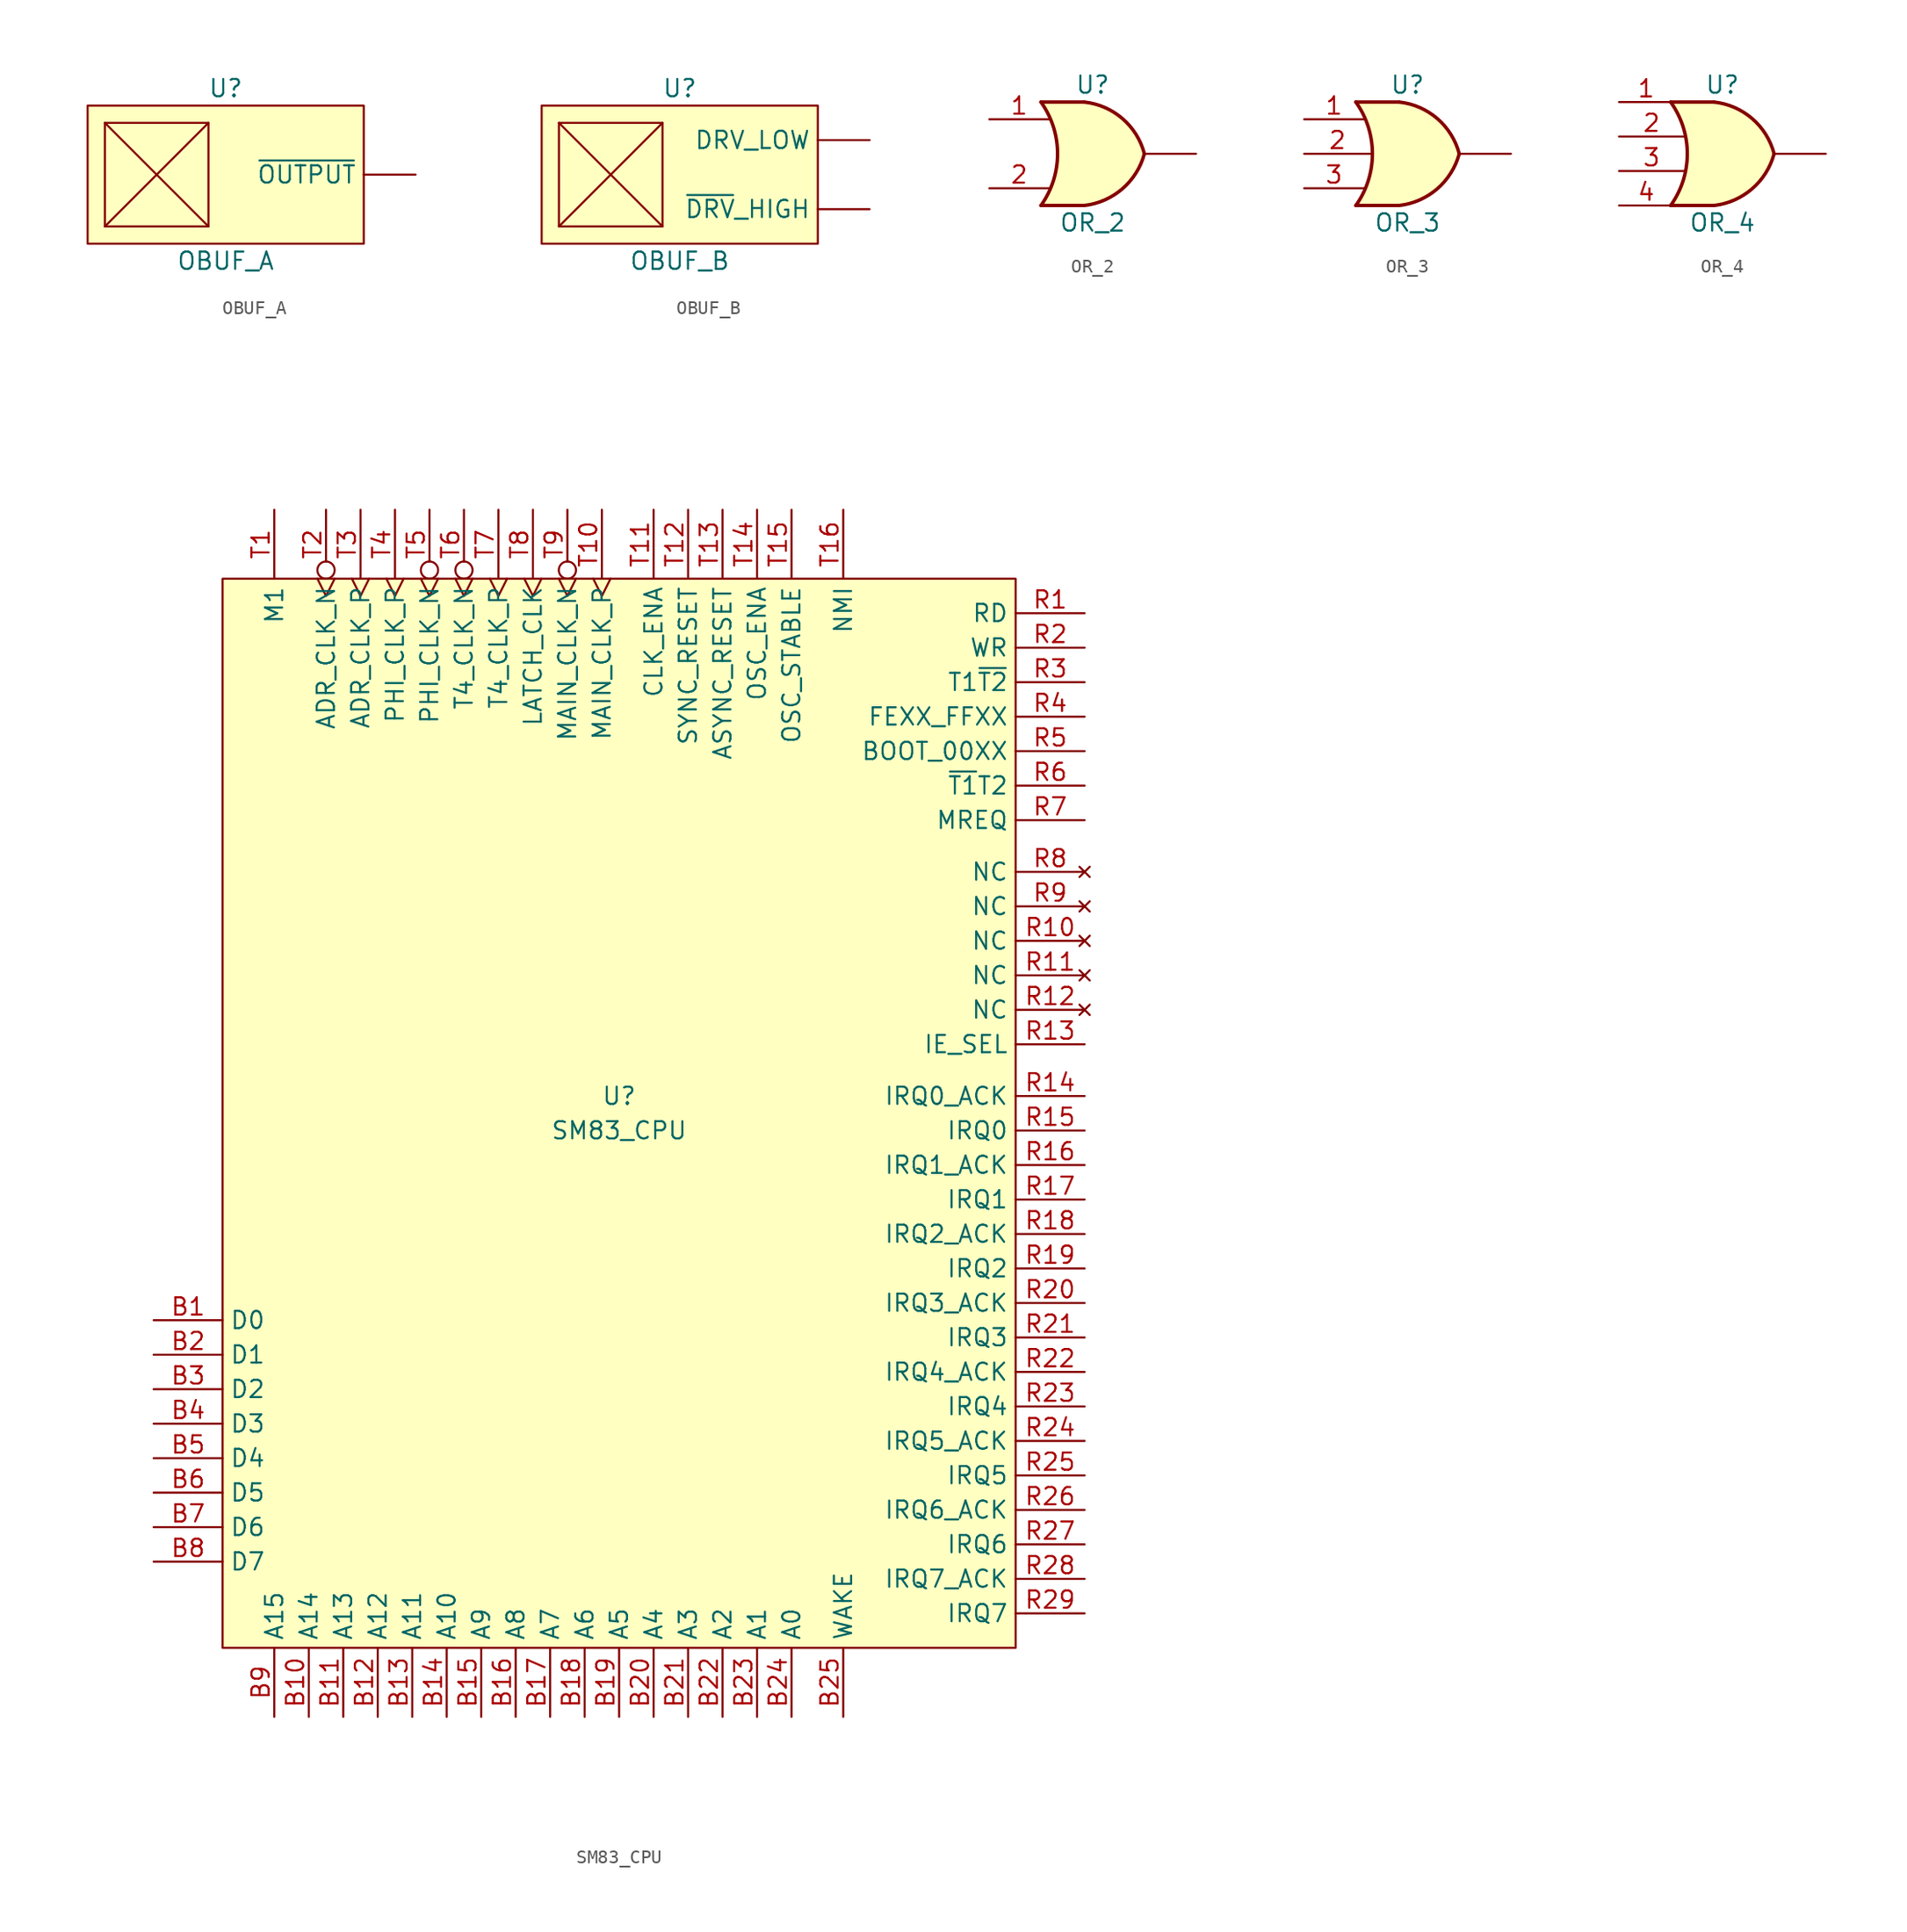
<source format=kicad_sym>
(kicad_symbol_lib
  (version 20211014)
  (generator kicad_symbol_editor)
  (symbol "OBUF_A"
    (pin_numbers hide)
    (property "Reference" "U"
      (at 0 6.35 0)
      (effects (font (size 1.27 1.27))))
    (property "Value" "OBUF_A"
      (at 0 -6.35 0)
      (effects (font (size 1.27 1.27))))
    (symbol "OBUF_A_0_1"
      (rectangle (start -10.16 5.08) (end 10.16 -5.08) (stroke (width 0) (type default) (color 0 0 0 0)) (fill (type background)))
      (rectangle (start -8.89 3.81) (end -1.27 -3.81) (stroke (width 0) (type default) (color 0 0 0 0)) (fill (type none)))
      (polyline (pts (xy -8.89 -3.81) (xy -1.27 3.81)) (stroke (width 0) (type default) (color 0 0 0 0)) (fill (type none)))
      (polyline (pts (xy -1.27 -3.81) (xy -8.89 3.81)) (stroke (width 0) (type default) (color 0 0 0 0)) (fill (type none))))
    (symbol "OBUF_A_1_1"
      (pin input line (at 13.97 0 180) (length 3.81) (name "~{OUTPUT}" (effects (font (size 1.27 1.27)))) (number "1" (effects (font (size 1.27 1.27)))))))
  (symbol "OBUF_B"
    (pin_numbers hide)
    (property "Reference" "U"
      (at 0 6.35 0)
      (effects (font (size 1.27 1.27))))
    (property "Value" "OBUF_B"
      (at 0 -6.35 0)
      (effects (font (size 1.27 1.27))))
    (symbol "OBUF_B_0_1"
      (rectangle (start -10.16 5.08) (end 10.16 -5.08) (stroke (width 0) (type default) (color 0 0 0 0)) (fill (type background)))
      (rectangle (start -8.89 3.81) (end -1.27 -3.81) (stroke (width 0) (type default) (color 0 0 0 0)) (fill (type none)))
      (polyline (pts (xy -8.89 -3.81) (xy -1.27 3.81)) (stroke (width 0) (type default) (color 0 0 0 0)) (fill (type none)))
      (polyline (pts (xy -1.27 -3.81) (xy -8.89 3.81)) (stroke (width 0) (type default) (color 0 0 0 0)) (fill (type none))))
    (symbol "OBUF_B_1_1"
      (pin input line (at 13.97 2.54 180) (length 3.81) (name "DRV_LOW" (effects (font (size 1.27 1.27)))) (number "1" (effects (font (size 1.27 1.27)))))
      (pin input line (at 13.97 -2.54 180) (length 3.81) (name "~{DRV}_HIGH" (effects (font (size 1.27 1.27)))) (number "2" (effects (font (size 1.27 1.27)))))))
  (symbol "OR_2"
    (pin_names hide)
    (property "Reference" "U"
      (at 0 5.08 0)
      (effects (font (size 1.27 1.27))))
    (property "Value" "OR_2"
      (at 0 -5.08 0)
      (effects (font (size 1.27 1.27))))
    (symbol "OR_2_1_1"
      (arc (start -3.8102 -3.81) (mid -2.5892 0) (end -3.8102 3.81) (stroke (width 0.254) (type default) (color 0 0 0 0)) (fill (type none)))
      (arc (start -0.6098 -3.81) (mid 2.1853 -2.584) (end 3.8098 0) (stroke (width 0.254) (type default) (color 0 0 0 0)) (fill (type background)))
      (polyline (pts (xy -3.81 -3.81) (xy -0.635 -3.81)) (stroke (width 0.254) (type default) (color 0 0 0 0)) (fill (type background)))
      (polyline (pts (xy -3.81 3.81) (xy -0.635 3.81)) (stroke (width 0.254) (type default) (color 0 0 0 0)) (fill (type background)))
      (polyline (pts (xy -0.635 3.81) (xy -3.81 3.81) (xy -3.81 3.81) (xy -3.556 3.404) (xy -3.023 2.261) (xy -2.693 1.041) (xy -2.616 -0.254) (xy -2.769 -1.499) (xy -3.175 -2.718) (xy -3.81 -3.81) (xy -3.81 -3.81) (xy -0.635 -3.81)) (stroke (width -25.4) (type default) (color 0 0 0 0)) (fill (type background)))
      (arc (start 3.8098 0) (mid 2.1926 2.5925) (end -0.6098 3.81) (stroke (width 0.254) (type default) (color 0 0 0 0)) (fill (type background)))
      (pin input line (at -7.62 2.54 0) (length 4.4) (name "~" (effects (font (size 1.27 1.27)))) (number "1" (effects (font (size 1.27 1.27)))))
      (pin input line (at -7.62 -2.54 0) (length 4.4) (name "~" (effects (font (size 1.27 1.27)))) (number "2" (effects (font (size 1.27 1.27)))))
      (pin output line (at 7.62 0 180) (length 3.81) (name "~" (effects (font (size 1.27 1.27)))) (number "3" (effects (font (size 0 0)))))))
  (symbol "OR_3"
    (pin_names hide)
    (property "Reference" "U"
      (at 0 5.08 0)
      (effects (font (size 1.27 1.27))))
    (property "Value" "OR_3"
      (at 0 -5.08 0)
      (effects (font (size 1.27 1.27))))
    (symbol "OR_3_1_1"
      (arc (start -3.8102 -3.81) (mid -2.5892 0) (end -3.8102 3.81) (stroke (width 0.254) (type default) (color 0 0 0 0)) (fill (type none)))
      (arc (start -0.6098 -3.81) (mid 2.1853 -2.584) (end 3.8098 0) (stroke (width 0.254) (type default) (color 0 0 0 0)) (fill (type background)))
      (polyline (pts (xy -3.81 -3.81) (xy -0.635 -3.81)) (stroke (width 0.254) (type default) (color 0 0 0 0)) (fill (type background)))
      (polyline (pts (xy -3.81 3.81) (xy -0.635 3.81)) (stroke (width 0.254) (type default) (color 0 0 0 0)) (fill (type background)))
      (polyline (pts (xy -0.635 3.81) (xy -3.81 3.81) (xy -3.81 3.81) (xy -3.556 3.404) (xy -3.023 2.261) (xy -2.693 1.041) (xy -2.616 -0.254) (xy -2.769 -1.499) (xy -3.175 -2.718) (xy -3.81 -3.81) (xy -3.81 -3.81) (xy -0.635 -3.81)) (stroke (width -25.4) (type default) (color 0 0 0 0)) (fill (type background)))
      (arc (start 3.8098 0) (mid 2.1926 2.5925) (end -0.6098 3.81) (stroke (width 0.254) (type default) (color 0 0 0 0)) (fill (type background)))
      (pin input line (at -7.62 2.54 0) (length 4.4) (name "~" (effects (font (size 1.27 1.27)))) (number "1" (effects (font (size 1.27 1.27)))))
      (pin input line (at -7.62 0 0) (length 4.9) (name "~" (effects (font (size 1.27 1.27)))) (number "2" (effects (font (size 1.27 1.27)))))
      (pin input line (at -7.62 -2.54 0) (length 4.4) (name "~" (effects (font (size 1.27 1.27)))) (number "3" (effects (font (size 1.27 1.27)))))
      (pin output line (at 7.62 0 180) (length 3.81) (name "~" (effects (font (size 1.27 1.27)))) (number "4" (effects (font (size 0 0)))))))
  (symbol "OR_4"
    (pin_names hide)
    (property "Reference" "U"
      (at 0 5.08 0)
      (effects (font (size 1.27 1.27))))
    (property "Value" "OR_4"
      (at 0 -5.08 0)
      (effects (font (size 1.27 1.27))))
    (symbol "OR_4_1_1"
      (arc (start -3.8102 -3.81) (mid -2.5892 0) (end -3.8102 3.81) (stroke (width 0.254) (type default) (color 0 0 0 0)) (fill (type none)))
      (arc (start -0.6098 -3.81) (mid 2.1853 -2.584) (end 3.8098 0) (stroke (width 0.254) (type default) (color 0 0 0 0)) (fill (type background)))
      (polyline (pts (xy -3.81 -3.81) (xy -0.635 -3.81)) (stroke (width 0.254) (type default) (color 0 0 0 0)) (fill (type background)))
      (polyline (pts (xy -3.81 3.81) (xy -0.635 3.81)) (stroke (width 0.254) (type default) (color 0 0 0 0)) (fill (type background)))
      (polyline (pts (xy -0.635 3.81) (xy -3.81 3.81) (xy -3.81 3.81) (xy -3.556 3.404) (xy -3.023 2.261) (xy -2.693 1.041) (xy -2.616 -0.254) (xy -2.769 -1.499) (xy -3.175 -2.718) (xy -3.81 -3.81) (xy -3.81 -3.81) (xy -0.635 -3.81)) (stroke (width -25.4) (type default) (color 0 0 0 0)) (fill (type background)))
      (arc (start 3.8098 0) (mid 2.1926 2.5925) (end -0.6098 3.81) (stroke (width 0.254) (type default) (color 0 0 0 0)) (fill (type background)))
      (pin input line (at -7.62 3.81 0) (length 4) (name "~" (effects (font (size 1.27 1.27)))) (number "1" (effects (font (size 1.27 1.27)))))
      (pin input line (at -7.62 1.27 0) (length 4.8) (name "~" (effects (font (size 1.27 1.27)))) (number "2" (effects (font (size 1.27 1.27)))))
      (pin input line (at -7.62 -1.27 0) (length 4.8) (name "~" (effects (font (size 1.27 1.27)))) (number "3" (effects (font (size 1.27 1.27)))))
      (pin input line (at -7.62 -3.81 0) (length 4) (name "~" (effects (font (size 1.27 1.27)))) (number "4" (effects (font (size 1.27 1.27)))))
      (pin output line (at 7.62 0 180) (length 3.81) (name "~" (effects (font (size 1.27 1.27)))) (number "5" (effects (font (size 0 0)))))))
  (symbol "SM83_CPU"
    (property "Reference" "U"
      (at 0 1.27 0)
      (effects (font (size 1.27 1.27))))
    (property "Value" "SM83_CPU"
      (at 0 -1.27 0)
      (effects (font (size 1.27 1.27))))
    (symbol "SM83_CPU_0_0"
      (rectangle (start -29.21 39.37) (end 29.21 -39.37) (stroke (width 0) (type default) (color 0 0 0 0)) (fill (type background))))
    (symbol "SM83_CPU_1_1"
      (pin bidirectional line (at -34.29 -15.24 0) (length 5.08) (name "D0" (effects (font (size 1.27 1.27)))) (number "B1" (effects (font (size 1.27 1.27)))))
      (pin tri_state line (at -22.86 -44.45 90) (length 5.08) (name "A14" (effects (font (size 1.27 1.27)))) (number "B10" (effects (font (size 1.27 1.27)))))
      (pin tri_state line (at -20.32 -44.45 90) (length 5.08) (name "A13" (effects (font (size 1.27 1.27)))) (number "B11" (effects (font (size 1.27 1.27)))))
      (pin tri_state line (at -17.78 -44.45 90) (length 5.08) (name "A12" (effects (font (size 1.27 1.27)))) (number "B12" (effects (font (size 1.27 1.27)))))
      (pin tri_state line (at -15.24 -44.45 90) (length 5.08) (name "A11" (effects (font (size 1.27 1.27)))) (number "B13" (effects (font (size 1.27 1.27)))))
      (pin tri_state line (at -12.7 -44.45 90) (length 5.08) (name "A10" (effects (font (size 1.27 1.27)))) (number "B14" (effects (font (size 1.27 1.27)))))
      (pin tri_state line (at -10.16 -44.45 90) (length 5.08) (name "A9" (effects (font (size 1.27 1.27)))) (number "B15" (effects (font (size 1.27 1.27)))))
      (pin tri_state line (at -7.62 -44.45 90) (length 5.08) (name "A8" (effects (font (size 1.27 1.27)))) (number "B16" (effects (font (size 1.27 1.27)))))
      (pin tri_state line (at -5.08 -44.45 90) (length 5.08) (name "A7" (effects (font (size 1.27 1.27)))) (number "B17" (effects (font (size 1.27 1.27)))))
      (pin tri_state line (at -2.54 -44.45 90) (length 5.08) (name "A6" (effects (font (size 1.27 1.27)))) (number "B18" (effects (font (size 1.27 1.27)))))
      (pin tri_state line (at 0 -44.45 90) (length 5.08) (name "A5" (effects (font (size 1.27 1.27)))) (number "B19" (effects (font (size 1.27 1.27)))))
      (pin bidirectional line (at -34.29 -17.78 0) (length 5.08) (name "D1" (effects (font (size 1.27 1.27)))) (number "B2" (effects (font (size 1.27 1.27)))))
      (pin tri_state line (at 2.54 -44.45 90) (length 5.08) (name "A4" (effects (font (size 1.27 1.27)))) (number "B20" (effects (font (size 1.27 1.27)))))
      (pin tri_state line (at 5.08 -44.45 90) (length 5.08) (name "A3" (effects (font (size 1.27 1.27)))) (number "B21" (effects (font (size 1.27 1.27)))))
      (pin tri_state line (at 7.62 -44.45 90) (length 5.08) (name "A2" (effects (font (size 1.27 1.27)))) (number "B22" (effects (font (size 1.27 1.27)))))
      (pin tri_state line (at 10.16 -44.45 90) (length 5.08) (name "A1" (effects (font (size 1.27 1.27)))) (number "B23" (effects (font (size 1.27 1.27)))))
      (pin tri_state line (at 12.7 -44.45 90) (length 5.08) (name "A0" (effects (font (size 1.27 1.27)))) (number "B24" (effects (font (size 1.27 1.27)))))
      (pin input line (at 16.51 -44.45 90) (length 5.08) (name "WAKE" (effects (font (size 1.27 1.27)))) (number "B25" (effects (font (size 1.27 1.27)))))
      (pin bidirectional line (at -34.29 -20.32 0) (length 5.08) (name "D2" (effects (font (size 1.27 1.27)))) (number "B3" (effects (font (size 1.27 1.27)))))
      (pin bidirectional line (at -34.29 -22.86 0) (length 5.08) (name "D3" (effects (font (size 1.27 1.27)))) (number "B4" (effects (font (size 1.27 1.27)))))
      (pin bidirectional line (at -34.29 -25.4 0) (length 5.08) (name "D4" (effects (font (size 1.27 1.27)))) (number "B5" (effects (font (size 1.27 1.27)))))
      (pin bidirectional line (at -34.29 -27.94 0) (length 5.08) (name "D5" (effects (font (size 1.27 1.27)))) (number "B6" (effects (font (size 1.27 1.27)))))
      (pin bidirectional line (at -34.29 -30.48 0) (length 5.08) (name "D6" (effects (font (size 1.27 1.27)))) (number "B7" (effects (font (size 1.27 1.27)))))
      (pin bidirectional line (at -34.29 -33.02 0) (length 5.08) (name "D7" (effects (font (size 1.27 1.27)))) (number "B8" (effects (font (size 1.27 1.27)))))
      (pin tri_state line (at -25.4 -44.45 90) (length 5.08) (name "A15" (effects (font (size 1.27 1.27)))) (number "B9" (effects (font (size 1.27 1.27)))))
      (pin output line (at 34.29 36.83 180) (length 5.08) (name "RD" (effects (font (size 1.27 1.27)))) (number "R1" (effects (font (size 1.27 1.27)))))
      (pin no_connect line (at 34.29 12.7 180) (length 5.08) (name "NC" (effects (font (size 1.27 1.27)))) (number "R10" (effects (font (size 1.27 1.27)))))
      (pin no_connect line (at 34.29 10.16 180) (length 5.08) (name "NC" (effects (font (size 1.27 1.27)))) (number "R11" (effects (font (size 1.27 1.27)))))
      (pin no_connect line (at 34.29 7.62 180) (length 5.08) (name "NC" (effects (font (size 1.27 1.27)))) (number "R12" (effects (font (size 1.27 1.27)))))
      (pin output line (at 34.29 5.08 180) (length 5.08) (name "IE_SEL" (effects (font (size 1.27 1.27)))) (number "R13" (effects (font (size 1.27 1.27)))))
      (pin output line (at 34.29 1.27 180) (length 5.08) (name "IRQ0_ACK" (effects (font (size 1.27 1.27)))) (number "R14" (effects (font (size 1.27 1.27)))))
      (pin input line (at 34.29 -1.27 180) (length 5.08) (name "IRQ0" (effects (font (size 1.27 1.27)))) (number "R15" (effects (font (size 1.27 1.27)))))
      (pin output line (at 34.29 -3.81 180) (length 5.08) (name "IRQ1_ACK" (effects (font (size 1.27 1.27)))) (number "R16" (effects (font (size 1.27 1.27)))))
      (pin input line (at 34.29 -6.35 180) (length 5.08) (name "IRQ1" (effects (font (size 1.27 1.27)))) (number "R17" (effects (font (size 1.27 1.27)))))
      (pin output line (at 34.29 -8.89 180) (length 5.08) (name "IRQ2_ACK" (effects (font (size 1.27 1.27)))) (number "R18" (effects (font (size 1.27 1.27)))))
      (pin input line (at 34.29 -11.43 180) (length 5.08) (name "IRQ2" (effects (font (size 1.27 1.27)))) (number "R19" (effects (font (size 1.27 1.27)))))
      (pin output line (at 34.29 34.29 180) (length 5.08) (name "WR" (effects (font (size 1.27 1.27)))) (number "R2" (effects (font (size 1.27 1.27)))))
      (pin output line (at 34.29 -13.97 180) (length 5.08) (name "IRQ3_ACK" (effects (font (size 1.27 1.27)))) (number "R20" (effects (font (size 1.27 1.27)))))
      (pin input line (at 34.29 -16.51 180) (length 5.08) (name "IRQ3" (effects (font (size 1.27 1.27)))) (number "R21" (effects (font (size 1.27 1.27)))))
      (pin output line (at 34.29 -19.05 180) (length 5.08) (name "IRQ4_ACK" (effects (font (size 1.27 1.27)))) (number "R22" (effects (font (size 1.27 1.27)))))
      (pin input line (at 34.29 -21.59 180) (length 5.08) (name "IRQ4" (effects (font (size 1.27 1.27)))) (number "R23" (effects (font (size 1.27 1.27)))))
      (pin output line (at 34.29 -24.13 180) (length 5.08) (name "IRQ5_ACK" (effects (font (size 1.27 1.27)))) (number "R24" (effects (font (size 1.27 1.27)))))
      (pin input line (at 34.29 -26.67 180) (length 5.08) (name "IRQ5" (effects (font (size 1.27 1.27)))) (number "R25" (effects (font (size 1.27 1.27)))))
      (pin output line (at 34.29 -29.21 180) (length 5.08) (name "IRQ6_ACK" (effects (font (size 1.27 1.27)))) (number "R26" (effects (font (size 1.27 1.27)))))
      (pin input line (at 34.29 -31.75 180) (length 5.08) (name "IRQ6" (effects (font (size 1.27 1.27)))) (number "R27" (effects (font (size 1.27 1.27)))))
      (pin output line (at 34.29 -34.29 180) (length 5.08) (name "IRQ7_ACK" (effects (font (size 1.27 1.27)))) (number "R28" (effects (font (size 1.27 1.27)))))
      (pin input line (at 34.29 -36.83 180) (length 5.08) (name "IRQ7" (effects (font (size 1.27 1.27)))) (number "R29" (effects (font (size 1.27 1.27)))))
      (pin input line (at 34.29 31.75 180) (length 5.08) (name "T1~{T2}" (effects (font (size 1.27 1.27)))) (number "R3" (effects (font (size 1.27 1.27)))))
      (pin input line (at 34.29 29.21 180) (length 5.08) (name "FEXX_FFXX" (effects (font (size 1.27 1.27)))) (number "R4" (effects (font (size 1.27 1.27)))))
      (pin input line (at 34.29 26.67 180) (length 5.08) (name "BOOT_00XX" (effects (font (size 1.27 1.27)))) (number "R5" (effects (font (size 1.27 1.27)))))
      (pin input line (at 34.29 24.13 180) (length 5.08) (name "~{T1}T2" (effects (font (size 1.27 1.27)))) (number "R6" (effects (font (size 1.27 1.27)))))
      (pin output line (at 34.29 21.59 180) (length 5.08) (name "MREQ" (effects (font (size 1.27 1.27)))) (number "R7" (effects (font (size 1.27 1.27)))))
      (pin no_connect line (at 34.29 17.78 180) (length 5.08) (name "NC" (effects (font (size 1.27 1.27)))) (number "R8" (effects (font (size 1.27 1.27)))))
      (pin no_connect line (at 34.29 15.24 180) (length 5.08) (name "NC" (effects (font (size 1.27 1.27)))) (number "R9" (effects (font (size 1.27 1.27)))))
      (pin output line (at -25.4 44.45 270) (length 5.08) (name "M1" (effects (font (size 1.27 1.27)))) (number "T1" (effects (font (size 1.27 1.27)))))
      (pin input clock (at -1.27 44.45 270) (length 5.08) (name "MAIN_CLK_P" (effects (font (size 1.27 1.27)))) (number "T10" (effects (font (size 1.27 1.27)))))
      (pin output line (at 2.54 44.45 270) (length 5.08) (name "CLK_ENA" (effects (font (size 1.27 1.27)))) (number "T11" (effects (font (size 1.27 1.27)))))
      (pin input line (at 5.08 44.45 270) (length 5.08) (name "SYNC_RESET" (effects (font (size 1.27 1.27)))) (number "T12" (effects (font (size 1.27 1.27)))))
      (pin input line (at 7.62 44.45 270) (length 5.08) (name "ASYNC_RESET" (effects (font (size 1.27 1.27)))) (number "T13" (effects (font (size 1.27 1.27)))))
      (pin output line (at 10.16 44.45 270) (length 5.08) (name "OSC_ENA" (effects (font (size 1.27 1.27)))) (number "T14" (effects (font (size 1.27 1.27)))))
      (pin input line (at 12.7 44.45 270) (length 5.08) (name "OSC_STABLE" (effects (font (size 1.27 1.27)))) (number "T15" (effects (font (size 1.27 1.27)))))
      (pin input line (at 16.51 44.45 270) (length 5.08) (name "NMI" (effects (font (size 1.27 1.27)))) (number "T16" (effects (font (size 1.27 1.27)))))
      (pin input inverted_clock (at -21.59 44.45 270) (length 5.08) (name "ADR_CLK_N" (effects (font (size 1.27 1.27)))) (number "T2" (effects (font (size 1.27 1.27)))))
      (pin input clock (at -19.05 44.45 270) (length 5.08) (name "ADR_CLK_P" (effects (font (size 1.27 1.27)))) (number "T3" (effects (font (size 1.27 1.27)))))
      (pin input clock (at -16.51 44.45 270) (length 5.08) (name "PHI_CLK_P" (effects (font (size 1.27 1.27)))) (number "T4" (effects (font (size 1.27 1.27)))))
      (pin input inverted_clock (at -13.97 44.45 270) (length 5.08) (name "PHI_CLK_N" (effects (font (size 1.27 1.27)))) (number "T5" (effects (font (size 1.27 1.27)))))
      (pin input inverted_clock (at -11.43 44.45 270) (length 5.08) (name "T4_CLK_N" (effects (font (size 1.27 1.27)))) (number "T6" (effects (font (size 1.27 1.27)))))
      (pin input clock (at -8.89 44.45 270) (length 5.08) (name "T4_CLK_P" (effects (font (size 1.27 1.27)))) (number "T7" (effects (font (size 1.27 1.27)))))
      (pin input clock (at -6.35 44.45 270) (length 5.08) (name "LATCH_CLK" (effects (font (size 1.27 1.27)))) (number "T8" (effects (font (size 1.27 1.27)))))
      (pin input inverted_clock (at -3.81 44.45 270) (length 5.08) (name "MAIN_CLK_N" (effects (font (size 1.27 1.27)))) (number "T9" (effects (font (size 1.27 1.27))))))))
</source>
